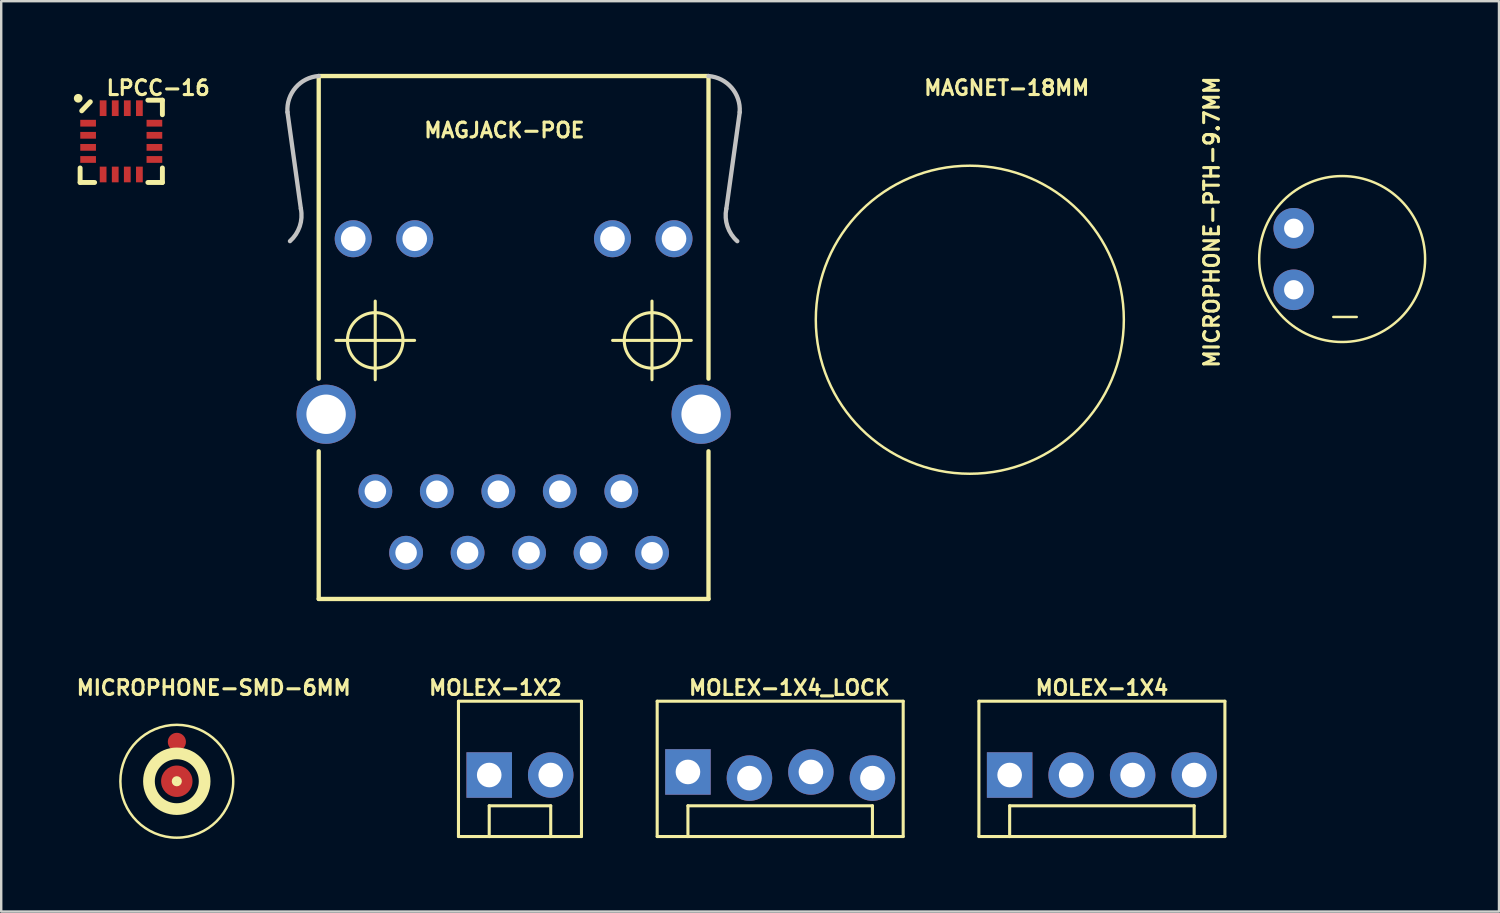
<source format=kicad_pcb>
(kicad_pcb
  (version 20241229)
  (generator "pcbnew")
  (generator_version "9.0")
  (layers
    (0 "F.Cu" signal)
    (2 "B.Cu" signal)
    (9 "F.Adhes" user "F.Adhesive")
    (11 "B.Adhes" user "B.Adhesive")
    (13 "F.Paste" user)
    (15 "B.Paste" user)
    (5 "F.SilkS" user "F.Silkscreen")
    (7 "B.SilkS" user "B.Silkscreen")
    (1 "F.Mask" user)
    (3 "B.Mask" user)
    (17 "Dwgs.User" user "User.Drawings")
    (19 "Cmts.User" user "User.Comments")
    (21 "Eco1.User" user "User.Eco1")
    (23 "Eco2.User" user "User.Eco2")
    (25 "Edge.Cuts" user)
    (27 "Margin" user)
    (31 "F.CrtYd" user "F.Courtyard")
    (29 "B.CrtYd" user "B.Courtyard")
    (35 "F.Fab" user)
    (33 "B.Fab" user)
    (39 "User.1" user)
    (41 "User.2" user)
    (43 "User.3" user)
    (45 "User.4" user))
  (footprint "MOLEX-1X2"
    (layer "F.Cu")
    (at 17.155 28.959)
    (property "Reference" "MOLEX-1X2" (at 0.254 -3.604 0) (layer "F.SilkS") (effects (font (size 0.61 0.61) (thickness 0.127))))
    (attr exclude_from_pos_files exclude_from_bom)
    (fp_line (start -1.27 -3.048) (end -1.27 2.54) (stroke (width 0.127) (type solid)) (layer "F.SilkS"))
    (fp_line (start 0 1.27) (end 2.54 1.27) (stroke (width 0.127) (type solid)) (layer "F.SilkS"))
    (fp_line (start 0 2.54) (end -1.27 2.54) (stroke (width 0.127) (type solid)) (layer "F.SilkS"))
    (fp_line (start 0 2.54) (end 0 1.27) (stroke (width 0.127) (type solid)) (layer "F.SilkS"))
    (fp_line (start 2.54 1.27) (end 2.54 2.54) (stroke (width 0.127) (type solid)) (layer "F.SilkS"))
    (fp_line (start 2.54 2.54) (end 0 2.54) (stroke (width 0.127) (type solid)) (layer "F.SilkS"))
    (fp_line (start 3.81 -3.048) (end -1.27 -3.048) (stroke (width 0.127) (type solid)) (layer "F.SilkS"))
    (fp_line (start 3.81 -3.048) (end 3.81 2.54) (stroke (width 0.127) (type solid)) (layer "F.SilkS"))
    (fp_line (start 3.81 2.54) (end 2.54 2.54) (stroke (width 0.127) (type solid)) (layer "F.SilkS"))
    (pad "1" thru_hole rect (at 0 0) (size 1.88 1.88) (drill 1.016) (layers "*.Cu" "*.Paste" "*.Mask"))
    (pad "2" thru_hole circle (at 2.54 0) (size 1.88 1.88) (drill 1.016) (layers "*.Cu" "*.Paste" "*.Mask")))
  (footprint "MOLEX-1X4_LOCK"
    (layer "F.Cu")
    (at 25.362 28.959)
    (property "Reference" "MOLEX-1X4_LOCK" (at 4.191 -3.604 0) (layer "F.SilkS") (effects (font (size 0.61 0.61) (thickness 0.127))))
    (attr exclude_from_pos_files exclude_from_bom)
    (fp_line (start -1.27 -3.048) (end -1.27 2.54) (stroke (width 0.127) (type solid)) (layer "F.SilkS"))
    (fp_line (start 0 1.27) (end 7.62 1.27) (stroke (width 0.127) (type solid)) (layer "F.SilkS"))
    (fp_line (start 0 2.54) (end -1.27 2.54) (stroke (width 0.127) (type solid)) (layer "F.SilkS"))
    (fp_line (start 0 2.54) (end 0 1.27) (stroke (width 0.127) (type solid)) (layer "F.SilkS"))
    (fp_line (start 7.62 1.27) (end 7.62 2.54) (stroke (width 0.127) (type solid)) (layer "F.SilkS"))
    (fp_line (start 7.62 2.54) (end 0 2.54) (stroke (width 0.127) (type solid)) (layer "F.SilkS"))
    (fp_line (start 8.89 -3.048) (end -1.27 -3.048) (stroke (width 0.127) (type solid)) (layer "F.SilkS"))
    (fp_line (start 8.89 -3.048) (end 8.89 2.54) (stroke (width 0.127) (type solid)) (layer "F.SilkS"))
    (fp_line (start 8.89 2.54) (end 7.62 2.54) (stroke (width 0.127) (type solid)) (layer "F.SilkS"))
    (pad "1" thru_hole rect (at 0 -0.127) (size 1.88 1.88) (drill 1.016) (layers "*.Cu" "*.Paste" "*.Mask"))
    (pad "2" thru_hole circle (at 2.54 0.127) (size 1.88 1.88) (drill 1.016) (layers "*.Cu" "*.Paste" "*.Mask"))
    (pad "3" thru_hole circle (at 5.08 -0.127) (size 1.88 1.88) (drill 1.016) (layers "*.Cu" "*.Paste" "*.Mask"))
    (pad "4" thru_hole circle (at 7.62 0.127) (size 1.88 1.88) (drill 1.016) (layers "*.Cu" "*.Paste" "*.Mask")))
  (footprint "MOLEX-1X4"
    (layer "F.Cu")
    (at 38.649 28.959)
    (property "Reference" "MOLEX-1X4" (at 3.81 -3.604 0) (layer "F.SilkS") (effects (font (size 0.61 0.61) (thickness 0.127))))
    (attr exclude_from_pos_files exclude_from_bom)
    (fp_line (start -1.27 -3.048) (end -1.27 2.54) (stroke (width 0.127) (type solid)) (layer "F.SilkS"))
    (fp_line (start 0 1.27) (end 7.62 1.27) (stroke (width 0.127) (type solid)) (layer "F.SilkS"))
    (fp_line (start 0 2.54) (end -1.27 2.54) (stroke (width 0.127) (type solid)) (layer "F.SilkS"))
    (fp_line (start 0 2.54) (end 0 1.27) (stroke (width 0.127) (type solid)) (layer "F.SilkS"))
    (fp_line (start 7.62 1.27) (end 7.62 2.54) (stroke (width 0.127) (type solid)) (layer "F.SilkS"))
    (fp_line (start 7.62 2.54) (end 0 2.54) (stroke (width 0.127) (type solid)) (layer "F.SilkS"))
    (fp_line (start 8.89 -3.048) (end -1.27 -3.048) (stroke (width 0.127) (type solid)) (layer "F.SilkS"))
    (fp_line (start 8.89 -3.048) (end 8.89 2.54) (stroke (width 0.127) (type solid)) (layer "F.SilkS"))
    (fp_line (start 8.89 2.54) (end 7.62 2.54) (stroke (width 0.127) (type solid)) (layer "F.SilkS"))
    (pad "1" thru_hole rect (at 0 0) (size 1.88 1.88) (drill 1.016) (layers "*.Cu" "*.Paste" "*.Mask"))
    (pad "2" thru_hole circle (at 2.54 0) (size 1.88 1.88) (drill 1.016) (layers "*.Cu" "*.Paste" "*.Mask"))
    (pad "3" thru_hole circle (at 5.08 0) (size 1.88 1.88) (drill 1.016) (layers "*.Cu" "*.Paste" "*.Mask"))
    (pad "4" thru_hole circle (at 7.62 0) (size 1.88 1.88) (drill 1.016) (layers "*.Cu" "*.Paste" "*.Mask")))
  (footprint "MAGJACK-POE"
    (layer "F.Cu")
    (at 18.162 10.889)
    (property "Reference" "MAGJACK-POE" (at -0.381 -8.56 0) (layer "F.SilkS") (effects (font (size 0.61 0.61) (thickness 0.127))))
    (attr exclude_from_pos_files exclude_from_bom)
    (fp_line (start -8.049 -10.798) (end 8.049 -10.798) (stroke (width 0.178) (type solid)) (layer "F.SilkS"))
    (fp_line (start -8.049 1.699) (end -8.049 -10.798) (stroke (width 0.178) (type solid)) (layer "F.SilkS"))
    (fp_line (start -8.049 10.798) (end -8.049 4.699) (stroke (width 0.178) (type solid)) (layer "F.SilkS"))
    (fp_line (start -7.338 0.119) (end -4.089 0.119) (stroke (width 0.127) (type solid)) (layer "F.SilkS"))
    (fp_line (start -5.715 1.745) (end -5.715 -1.504) (stroke (width 0.127) (type solid)) (layer "F.SilkS"))
    (fp_line (start 4.089 0.119) (end 7.338 0.119) (stroke (width 0.127) (type solid)) (layer "F.SilkS"))
    (fp_line (start 5.715 1.745) (end 5.715 -1.504) (stroke (width 0.127) (type solid)) (layer "F.SilkS"))
    (fp_line (start 8.049 -10.798) (end 8.049 1.699) (stroke (width 0.178) (type solid)) (layer "F.SilkS"))
    (fp_line (start 8.049 10.798) (end -8.049 10.798) (stroke (width 0.178) (type solid)) (layer "F.SilkS"))
    (fp_line (start 8.049 10.798) (end 8.049 4.699) (stroke (width 0.178) (type solid)) (layer "F.SilkS"))
    (fp_circle (center -5.715 0.119) (end -6.525 0.93) (stroke (width 0.127) (type solid)) (fill no) (layer "F.SilkS"))
    (fp_circle (center 5.715 0.119) (end 6.525 0.93) (stroke (width 0.127) (type solid)) (fill no) (layer "F.SilkS"))
    (fp_line (start -8.786 -5.319) (end -9.34 -9.309) (stroke (width 0.178) (type solid)) (layer "Dwgs.User"))
    (fp_line (start 8.786 -5.319) (end 9.34 -9.309) (stroke (width 0.178) (type solid)) (layer "Dwgs.User"))
    (fp_arc (start -9.33958 -9.3091) (mid -9.002739 -10.32143) (end -8.049149 -10.799905) (stroke (width 0.1778) (type solid)) (layer "Dwgs.User"))
    (fp_arc (start -8.78586 -5.31876) (mid -8.832722 -4.589228) (end -9.236478 -3.979806) (stroke (width 0.1778) (type solid)) (layer "Dwgs.User"))
    (fp_arc (start 8.04926 -10.79754) (mid 9.001147 -10.319678) (end 9.337215 -9.308985) (stroke (width 0.1778) (type solid)) (layer "Dwgs.User"))
    (fp_arc (start 9.23798 -3.97764) (mid 8.832947 -4.586602) (end 8.784748 -5.316371) (stroke (width 0.1778) (type solid)) (layer "Dwgs.User"))
    (pad "1" thru_hole circle (at 5.718 8.89) (size 1.397 1.397) (drill 0.889) (layers "*.Cu" "*.Paste" "*.Mask"))
    (pad "2" thru_hole circle (at 4.448 6.35) (size 1.397 1.397) (drill 0.889) (layers "*.Cu" "*.Paste" "*.Mask"))
    (pad "3" thru_hole circle (at 3.178 8.89) (size 1.397 1.397) (drill 0.889) (layers "*.Cu" "*.Paste" "*.Mask"))
    (pad "4" thru_hole circle (at 1.908 6.35) (size 1.397 1.397) (drill 0.889) (layers "*.Cu" "*.Paste" "*.Mask"))
    (pad "5" thru_hole circle (at 0.638 8.89) (size 1.397 1.397) (drill 0.889) (layers "*.Cu" "*.Paste" "*.Mask"))
    (pad "6" thru_hole circle (at -0.63 6.35) (size 1.397 1.397) (drill 0.889) (layers "*.Cu" "*.Paste" "*.Mask"))
    (pad "7" thru_hole circle (at -1.9 8.89) (size 1.397 1.397) (drill 0.889) (layers "*.Cu" "*.Paste" "*.Mask"))
    (pad "8" thru_hole circle (at -3.17 6.35) (size 1.397 1.397) (drill 0.889) (layers "*.Cu" "*.Paste" "*.Mask"))
    (pad "9" thru_hole circle (at -4.44 8.89) (size 1.397 1.397) (drill 0.889) (layers "*.Cu" "*.Paste" "*.Mask"))
    (pad "10" thru_hole circle (at -5.71 6.35) (size 1.397 1.397) (drill 0.889) (layers "*.Cu" "*.Paste" "*.Mask"))
    (pad "11" thru_hole circle (at 6.624 -4.079) (size 1.529 1.529) (drill 1.019) (layers "*.Cu" "*.Paste" "*.Mask"))
    (pad "12" thru_hole circle (at 4.084 -4.079) (size 1.529 1.529) (drill 1.019) (layers "*.Cu" "*.Paste" "*.Mask"))
    (pad "13" thru_hole circle (at -4.084 -4.079) (size 1.529 1.529) (drill 1.019) (layers "*.Cu" "*.Paste" "*.Mask"))
    (pad "14" thru_hole circle (at -6.624 -4.079) (size 1.529 1.529) (drill 1.019) (layers "*.Cu" "*.Paste" "*.Mask"))
    (pad "GND0" thru_hole circle (at -7.744 3.17) (size 2.443 2.443) (drill 1.628) (layers "*.Cu" "*.Paste" "*.Mask"))
    (pad "GND1" thru_hole circle (at 7.744 3.17) (size 2.443 2.443) (drill 1.628) (layers "*.Cu" "*.Paste" "*.Mask")))
  (footprint "MICROPHONE-PTH-9.7MM"
    (layer "F.Cu")
    (at 52.381 7.648)
    (property "Reference" "MICROPHONE-PTH-9.7MM" (at -5.385 -1.524 90) (layer "F.SilkS") (effects (font (size 0.61 0.61) (thickness 0.127))))
    (attr exclude_from_pos_files exclude_from_bom)
    (fp_circle (center 0 0) (end -2.423 2.423) (stroke (width 0.102) (type solid)) (fill no) (layer "F.SilkS"))
    (fp_text user "-" (at 0.119 2.294 0) (layer "F.SilkS") (effects (font (size 1.27 1.27) (thickness 0.102)) (justify mirror)))
    (pad "GND" thru_hole circle (at -1.999 1.27) (size 1.676 1.676) (drill 0.798) (layers "*.Cu" "*.Paste" "*.Mask"))
    (pad "OUT" thru_hole circle (at -1.999 -1.27) (size 1.676 1.676) (drill 0.798) (layers "*.Cu" "*.Paste" "*.Mask")))
  (footprint "MICROPHONE-SMD-6MM"
    (layer "F.Cu")
    (at 4.252 29.216)
    (property "Reference" "MICROPHONE-SMD-6MM" (at 1.524 -3.861 0) (layer "F.SilkS") (effects (font (size 0.61 0.61) (thickness 0.127))))
    (attr smd)
    (fp_circle (center 0 0) (end -0.81 0.81) (stroke (width 0.373) (type solid)) (fill no) (layer "B.Cu"))
    (fp_circle (center 0 0) (end -1.648 1.648) (stroke (width 0.102) (type solid)) (fill no) (layer "F.SilkS"))
    (fp_circle (center 0 0) (end -0.815 0.815) (stroke (width 0.152) (type solid)) (fill no) (layer "F.SilkS"))
    (fp_circle (center 0 0) (end -0.813 0.813) (stroke (width 0.483) (type solid)) (fill no) (layer "F.SilkS"))
    (fp_circle (center 0 0) (end -0.076 0.076) (stroke (width 0.203) (type solid)) (fill no) (layer "F.SilkS"))
    (pad "1" smd circle (at 0 0) (size 1.298 1.298) (layers "F.Cu" "F.Mask" "F.Paste"))
    (pad "2" smd circle (at 0.003 -1.626) (size 0.749 0.749) (layers "F.Cu" "F.Mask" "F.Paste")))
  (footprint "LPCC-16"
    (layer "F.Cu")
    (at 1.958 2.787)
    (property "Reference" "LPCC-16" (at 1.524 -2.207 0) (layer "F.SilkS") (effects (font (size 0.61 0.61) (thickness 0.127))))
    (attr smd)
    (fp_line (start -1.699 1.699) (end -1.699 1.1) (stroke (width 0.203) (type solid)) (layer "F.SilkS"))
    (fp_line (start -1.699 1.699) (end -1.1 1.699) (stroke (width 0.203) (type solid)) (layer "F.SilkS"))
    (fp_line (start -1.278 -1.633) (end -1.633 -1.26) (stroke (width 0.203) (type solid)) (layer "F.SilkS"))
    (fp_line (start 1.1 1.699) (end 1.699 1.699) (stroke (width 0.203) (type solid)) (layer "F.SilkS"))
    (fp_line (start 1.699 -1.699) (end 1.1 -1.699) (stroke (width 0.203) (type solid)) (layer "F.SilkS"))
    (fp_line (start 1.699 -1.1) (end 1.699 -1.699) (stroke (width 0.203) (type solid)) (layer "F.SilkS"))
    (fp_line (start 1.699 1.699) (end 1.699 1.1) (stroke (width 0.203) (type solid)) (layer "F.SilkS"))
    (fp_circle (center -1.778 -1.778) (end -1.905 -1.905) (stroke (width 0) (type solid)) (fill yes) (layer "F.SilkS"))
    (pad "1" smd rect (at -1.369 -0.749) (size 0.648 0.279) (layers "F.Cu" "F.Mask" "F.Paste"))
    (pad "2" smd rect (at -1.369 -0.249) (size 0.648 0.279) (layers "F.Cu" "F.Mask" "F.Paste"))
    (pad "3" smd rect (at -1.369 0.249) (size 0.648 0.279) (layers "F.Cu" "F.Mask" "F.Paste"))
    (pad "4" smd rect (at -1.369 0.749) (size 0.648 0.279) (layers "F.Cu" "F.Mask" "F.Paste"))
    (pad "5" smd rect (at -0.749 1.369 270) (size 0.648 0.279) (layers "F.Cu" "F.Mask" "F.Paste"))
    (pad "6" smd rect (at -0.249 1.369 90) (size 0.648 0.279) (layers "F.Cu" "F.Mask" "F.Paste"))
    (pad "7" smd rect (at 0.249 1.369 90) (size 0.648 0.279) (layers "F.Cu" "F.Mask" "F.Paste"))
    (pad "8" smd rect (at 0.749 1.369 90) (size 0.648 0.279) (layers "F.Cu" "F.Mask" "F.Paste"))
    (pad "9" smd rect (at 1.369 0.749) (size 0.648 0.279) (layers "F.Cu" "F.Mask" "F.Paste"))
    (pad "10" smd rect (at 1.369 0.249) (size 0.648 0.279) (layers "F.Cu" "F.Mask" "F.Paste"))
    (pad "11" smd rect (at 1.369 -0.249) (size 0.648 0.279) (layers "F.Cu" "F.Mask" "F.Paste"))
    (pad "12" smd rect (at 1.369 -0.749) (size 0.648 0.279) (layers "F.Cu" "F.Mask" "F.Paste"))
    (pad "13" smd rect (at 0.749 -1.369 90) (size 0.648 0.279) (layers "F.Cu" "F.Mask" "F.Paste"))
    (pad "14" smd rect (at 0.249 -1.369 90) (size 0.648 0.279) (layers "F.Cu" "F.Mask" "F.Paste"))
    (pad "15" smd rect (at -0.249 -1.369 90) (size 0.648 0.279) (layers "F.Cu" "F.Mask" "F.Paste"))
    (pad "16" smd rect (at -0.749 -1.369 90) (size 0.648 0.279) (layers "F.Cu" "F.Mask" "F.Paste")))
  (footprint "MAGNET-18MM"
    (layer "F.Cu")
    (at 37.004 10.155)
    (property "Reference" "MAGNET-18MM" (at 1.524 -9.576 0) (layer "F.SilkS") (effects (font (size 0.61 0.61) (thickness 0.127))))
    (attr exclude_from_pos_files exclude_from_bom)
    (fp_circle (center 0 0) (end -4.498 4.498) (stroke (width 0.102) (type solid)) (fill no) (layer "F.SilkS")))
  (gr_rect
    (start -3 -3)
    (end 58.859 34.598)
    (stroke (width 0.1) (type default))
    (fill no)
    (layer "Edge.Cuts")))
</source>
